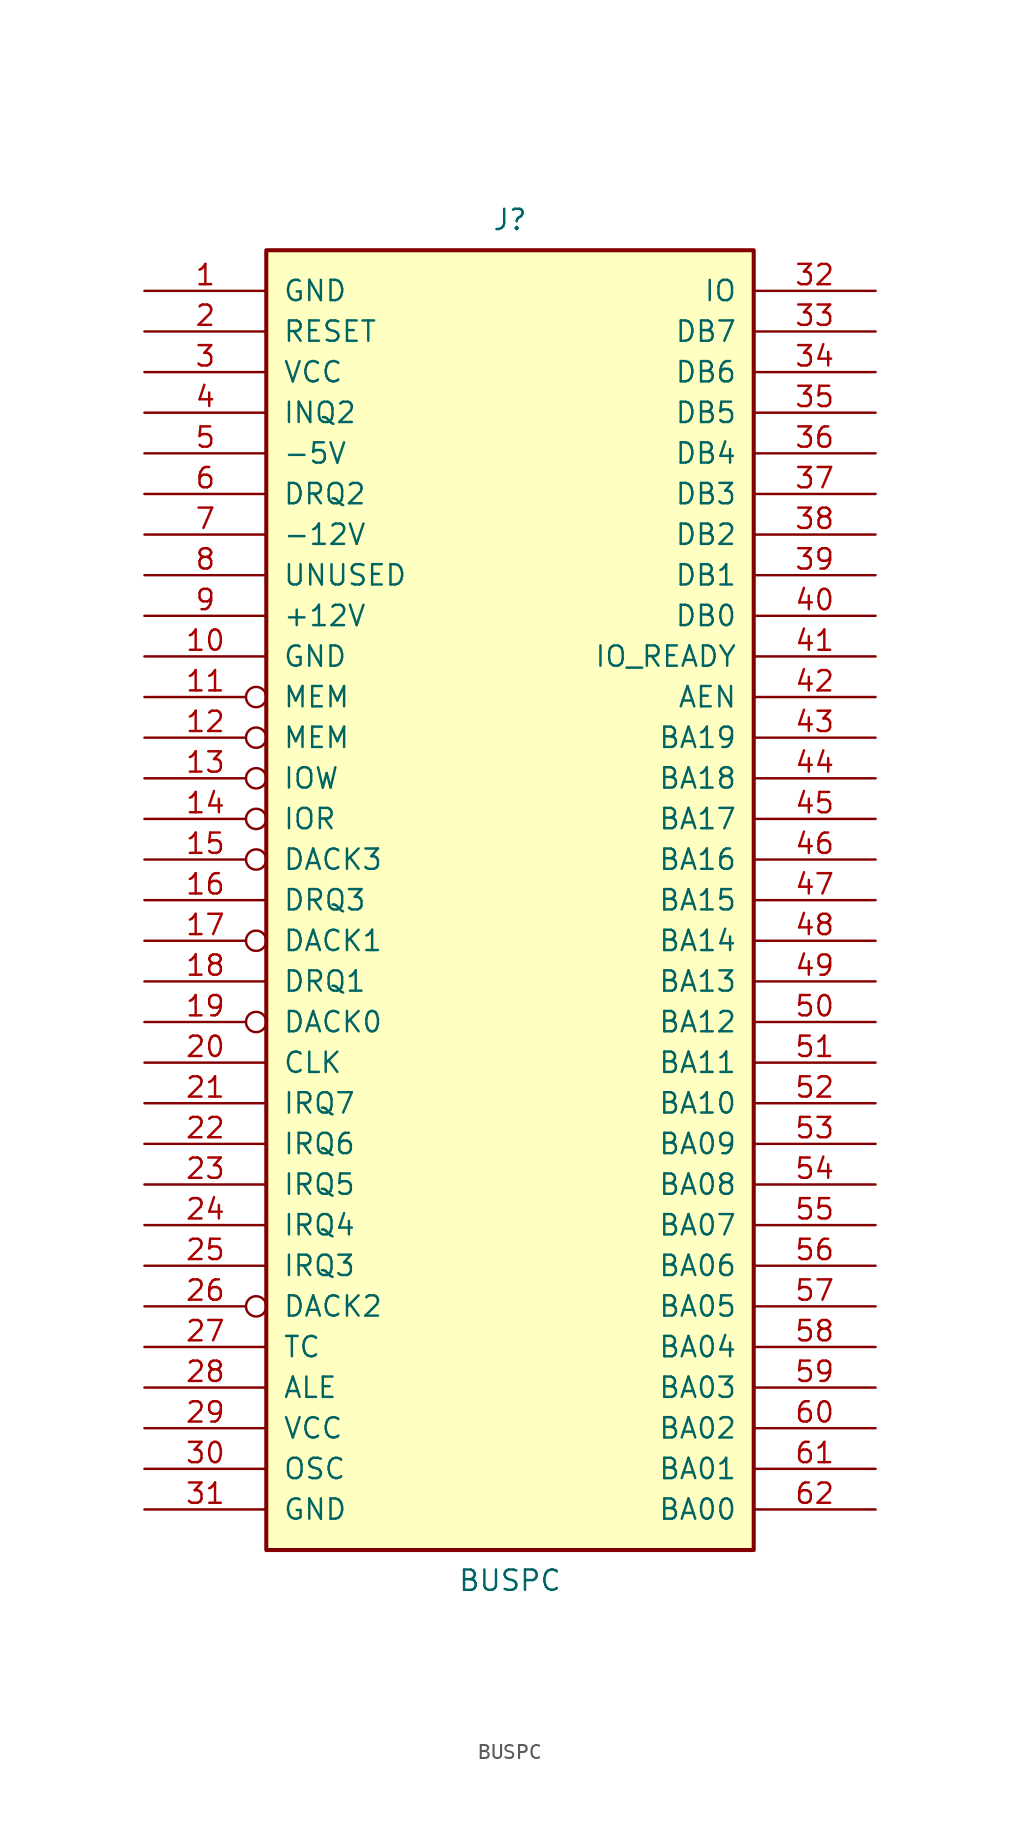
<source format=kicad_sym>
(kicad_symbol_lib
  (version 20211014)
  (generator kicad_symbol_editor)
  (symbol "BUSPC"
    (pin_names
      (offset 1.016))
    (property "Reference" "J"
      (at 0 42.545 0)
      (effects (font (size 1.27 1.27))))
    (property "Value" "BUSPC"
      (at 0 -42.545 0)
      (effects (font (size 1.27 1.27))))
    (symbol "BUSPC_0_1"
      (rectangle (start -15.24 -40.64) (end 15.24 40.64) (stroke (width 0.254) (type default) (color 0 0 0 0)) (fill (type background))))
    (symbol "BUSPC_1_1"
      (pin passive line (at -22.86 38.1 0) (length 7.62) (name "GND" (effects (font (size 1.27 1.27)))) (number "1" (effects (font (size 1.27 1.27)))))
      (pin passive line (at -22.86 15.24 0) (length 7.62) (name "GND" (effects (font (size 1.27 1.27)))) (number "10" (effects (font (size 1.27 1.27)))))
      (pin output inverted (at -22.86 12.7 0) (length 7.62) (name "MEM" (effects (font (size 1.27 1.27)))) (number "11" (effects (font (size 1.27 1.27)))))
      (pin output inverted (at -22.86 10.16 0) (length 7.62) (name "MEM" (effects (font (size 1.27 1.27)))) (number "12" (effects (font (size 1.27 1.27)))))
      (pin output inverted (at -22.86 7.62 0) (length 7.62) (name "IOW" (effects (font (size 1.27 1.27)))) (number "13" (effects (font (size 1.27 1.27)))))
      (pin output inverted (at -22.86 5.08 0) (length 7.62) (name "IOR" (effects (font (size 1.27 1.27)))) (number "14" (effects (font (size 1.27 1.27)))))
      (pin passive inverted (at -22.86 2.54 0) (length 7.62) (name "DACK3" (effects (font (size 1.27 1.27)))) (number "15" (effects (font (size 1.27 1.27)))))
      (pin passive line (at -22.86 0 0) (length 7.62) (name "DRQ3" (effects (font (size 1.27 1.27)))) (number "16" (effects (font (size 1.27 1.27)))))
      (pin passive inverted (at -22.86 -2.54 0) (length 7.62) (name "DACK1" (effects (font (size 1.27 1.27)))) (number "17" (effects (font (size 1.27 1.27)))))
      (pin passive line (at -22.86 -5.08 0) (length 7.62) (name "DRQ1" (effects (font (size 1.27 1.27)))) (number "18" (effects (font (size 1.27 1.27)))))
      (pin passive inverted (at -22.86 -7.62 0) (length 7.62) (name "DACK0" (effects (font (size 1.27 1.27)))) (number "19" (effects (font (size 1.27 1.27)))))
      (pin output line (at -22.86 35.56 0) (length 7.62) (name "RESET" (effects (font (size 1.27 1.27)))) (number "2" (effects (font (size 1.27 1.27)))))
      (pin output line (at -22.86 -10.16 0) (length 7.62) (name "CLK" (effects (font (size 1.27 1.27)))) (number "20" (effects (font (size 1.27 1.27)))))
      (pin passive line (at -22.86 -12.7 0) (length 7.62) (name "IRQ7" (effects (font (size 1.27 1.27)))) (number "21" (effects (font (size 1.27 1.27)))))
      (pin passive line (at -22.86 -15.24 0) (length 7.62) (name "IRQ6" (effects (font (size 1.27 1.27)))) (number "22" (effects (font (size 1.27 1.27)))))
      (pin passive line (at -22.86 -17.78 0) (length 7.62) (name "IRQ5" (effects (font (size 1.27 1.27)))) (number "23" (effects (font (size 1.27 1.27)))))
      (pin passive line (at -22.86 -20.32 0) (length 7.62) (name "IRQ4" (effects (font (size 1.27 1.27)))) (number "24" (effects (font (size 1.27 1.27)))))
      (pin passive line (at -22.86 -22.86 0) (length 7.62) (name "IRQ3" (effects (font (size 1.27 1.27)))) (number "25" (effects (font (size 1.27 1.27)))))
      (pin passive inverted (at -22.86 -25.4 0) (length 7.62) (name "DACK2" (effects (font (size 1.27 1.27)))) (number "26" (effects (font (size 1.27 1.27)))))
      (pin passive line (at -22.86 -27.94 0) (length 7.62) (name "TC" (effects (font (size 1.27 1.27)))) (number "27" (effects (font (size 1.27 1.27)))))
      (pin output line (at -22.86 -30.48 0) (length 7.62) (name "ALE" (effects (font (size 1.27 1.27)))) (number "28" (effects (font (size 1.27 1.27)))))
      (pin passive line (at -22.86 -33.02 0) (length 7.62) (name "VCC" (effects (font (size 1.27 1.27)))) (number "29" (effects (font (size 1.27 1.27)))))
      (pin passive line (at -22.86 33.02 0) (length 7.62) (name "VCC" (effects (font (size 1.27 1.27)))) (number "3" (effects (font (size 1.27 1.27)))))
      (pin output line (at -22.86 -35.56 0) (length 7.62) (name "OSC" (effects (font (size 1.27 1.27)))) (number "30" (effects (font (size 1.27 1.27)))))
      (pin passive line (at -22.86 -38.1 0) (length 7.62) (name "GND" (effects (font (size 1.27 1.27)))) (number "31" (effects (font (size 1.27 1.27)))))
      (pin passive line (at 22.86 38.1 180) (length 7.62) (name "IO" (effects (font (size 1.27 1.27)))) (number "32" (effects (font (size 1.27 1.27)))))
      (pin tri_state line (at 22.86 35.56 180) (length 7.62) (name "DB7" (effects (font (size 1.27 1.27)))) (number "33" (effects (font (size 1.27 1.27)))))
      (pin tri_state line (at 22.86 33.02 180) (length 7.62) (name "DB6" (effects (font (size 1.27 1.27)))) (number "34" (effects (font (size 1.27 1.27)))))
      (pin tri_state line (at 22.86 30.48 180) (length 7.62) (name "DB5" (effects (font (size 1.27 1.27)))) (number "35" (effects (font (size 1.27 1.27)))))
      (pin tri_state line (at 22.86 27.94 180) (length 7.62) (name "DB4" (effects (font (size 1.27 1.27)))) (number "36" (effects (font (size 1.27 1.27)))))
      (pin tri_state line (at 22.86 25.4 180) (length 7.62) (name "DB3" (effects (font (size 1.27 1.27)))) (number "37" (effects (font (size 1.27 1.27)))))
      (pin tri_state line (at 22.86 22.86 180) (length 7.62) (name "DB2" (effects (font (size 1.27 1.27)))) (number "38" (effects (font (size 1.27 1.27)))))
      (pin tri_state line (at 22.86 20.32 180) (length 7.62) (name "DB1" (effects (font (size 1.27 1.27)))) (number "39" (effects (font (size 1.27 1.27)))))
      (pin passive line (at -22.86 30.48 0) (length 7.62) (name "INQ2" (effects (font (size 1.27 1.27)))) (number "4" (effects (font (size 1.27 1.27)))))
      (pin tri_state line (at 22.86 17.78 180) (length 7.62) (name "DB0" (effects (font (size 1.27 1.27)))) (number "40" (effects (font (size 1.27 1.27)))))
      (pin passive line (at 22.86 15.24 180) (length 7.62) (name "IO_READY" (effects (font (size 1.27 1.27)))) (number "41" (effects (font (size 1.27 1.27)))))
      (pin output line (at 22.86 12.7 180) (length 7.62) (name "AEN" (effects (font (size 1.27 1.27)))) (number "42" (effects (font (size 1.27 1.27)))))
      (pin tri_state line (at 22.86 10.16 180) (length 7.62) (name "BA19" (effects (font (size 1.27 1.27)))) (number "43" (effects (font (size 1.27 1.27)))))
      (pin tri_state line (at 22.86 7.62 180) (length 7.62) (name "BA18" (effects (font (size 1.27 1.27)))) (number "44" (effects (font (size 1.27 1.27)))))
      (pin tri_state line (at 22.86 5.08 180) (length 7.62) (name "BA17" (effects (font (size 1.27 1.27)))) (number "45" (effects (font (size 1.27 1.27)))))
      (pin tri_state line (at 22.86 2.54 180) (length 7.62) (name "BA16" (effects (font (size 1.27 1.27)))) (number "46" (effects (font (size 1.27 1.27)))))
      (pin tri_state line (at 22.86 0 180) (length 7.62) (name "BA15" (effects (font (size 1.27 1.27)))) (number "47" (effects (font (size 1.27 1.27)))))
      (pin tri_state line (at 22.86 -2.54 180) (length 7.62) (name "BA14" (effects (font (size 1.27 1.27)))) (number "48" (effects (font (size 1.27 1.27)))))
      (pin tri_state line (at 22.86 -5.08 180) (length 7.62) (name "BA13" (effects (font (size 1.27 1.27)))) (number "49" (effects (font (size 1.27 1.27)))))
      (pin passive line (at -22.86 27.94 0) (length 7.62) (name "-5V" (effects (font (size 1.27 1.27)))) (number "5" (effects (font (size 1.27 1.27)))))
      (pin tri_state line (at 22.86 -7.62 180) (length 7.62) (name "BA12" (effects (font (size 1.27 1.27)))) (number "50" (effects (font (size 1.27 1.27)))))
      (pin tri_state line (at 22.86 -10.16 180) (length 7.62) (name "BA11" (effects (font (size 1.27 1.27)))) (number "51" (effects (font (size 1.27 1.27)))))
      (pin tri_state line (at 22.86 -12.7 180) (length 7.62) (name "BA10" (effects (font (size 1.27 1.27)))) (number "52" (effects (font (size 1.27 1.27)))))
      (pin tri_state line (at 22.86 -15.24 180) (length 7.62) (name "BA09" (effects (font (size 1.27 1.27)))) (number "53" (effects (font (size 1.27 1.27)))))
      (pin tri_state line (at 22.86 -17.78 180) (length 7.62) (name "BA08" (effects (font (size 1.27 1.27)))) (number "54" (effects (font (size 1.27 1.27)))))
      (pin tri_state line (at 22.86 -20.32 180) (length 7.62) (name "BA07" (effects (font (size 1.27 1.27)))) (number "55" (effects (font (size 1.27 1.27)))))
      (pin tri_state line (at 22.86 -22.86 180) (length 7.62) (name "BA06" (effects (font (size 1.27 1.27)))) (number "56" (effects (font (size 1.27 1.27)))))
      (pin tri_state line (at 22.86 -25.4 180) (length 7.62) (name "BA05" (effects (font (size 1.27 1.27)))) (number "57" (effects (font (size 1.27 1.27)))))
      (pin tri_state line (at 22.86 -27.94 180) (length 7.62) (name "BA04" (effects (font (size 1.27 1.27)))) (number "58" (effects (font (size 1.27 1.27)))))
      (pin tri_state line (at 22.86 -30.48 180) (length 7.62) (name "BA03" (effects (font (size 1.27 1.27)))) (number "59" (effects (font (size 1.27 1.27)))))
      (pin passive line (at -22.86 25.4 0) (length 7.62) (name "DRQ2" (effects (font (size 1.27 1.27)))) (number "6" (effects (font (size 1.27 1.27)))))
      (pin tri_state line (at 22.86 -33.02 180) (length 7.62) (name "BA02" (effects (font (size 1.27 1.27)))) (number "60" (effects (font (size 1.27 1.27)))))
      (pin tri_state line (at 22.86 -35.56 180) (length 7.62) (name "BA01" (effects (font (size 1.27 1.27)))) (number "61" (effects (font (size 1.27 1.27)))))
      (pin tri_state line (at 22.86 -38.1 180) (length 7.62) (name "BA00" (effects (font (size 1.27 1.27)))) (number "62" (effects (font (size 1.27 1.27)))))
      (pin passive line (at -22.86 22.86 0) (length 7.62) (name "-12V" (effects (font (size 1.27 1.27)))) (number "7" (effects (font (size 1.27 1.27)))))
      (pin passive line (at -22.86 20.32 0) (length 7.62) (name "UNUSED" (effects (font (size 1.27 1.27)))) (number "8" (effects (font (size 1.27 1.27)))))
      (pin passive line (at -22.86 17.78 0) (length 7.62) (name "+12V" (effects (font (size 1.27 1.27)))) (number "9" (effects (font (size 1.27 1.27))))))))
</source>
